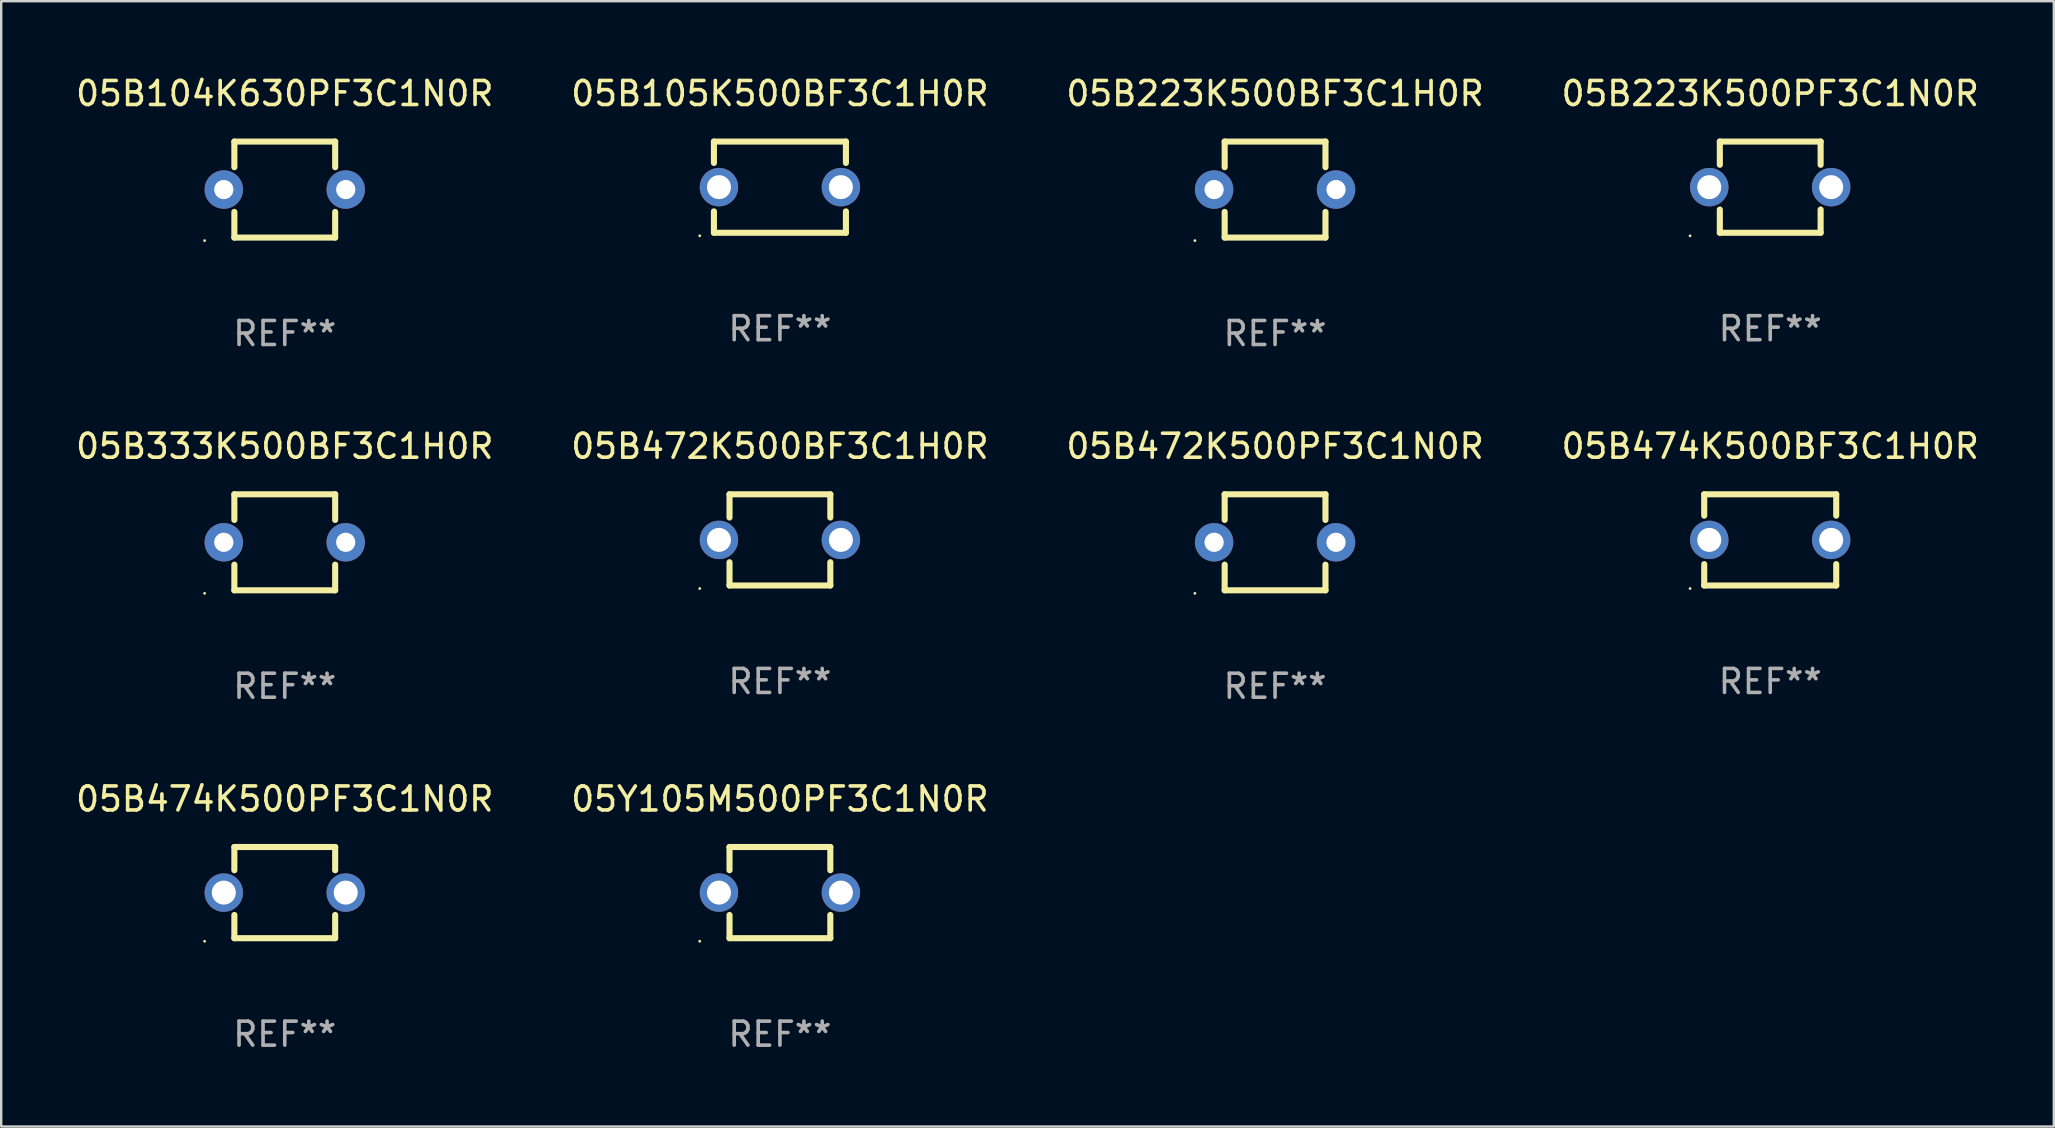
<source format=kicad_pcb>
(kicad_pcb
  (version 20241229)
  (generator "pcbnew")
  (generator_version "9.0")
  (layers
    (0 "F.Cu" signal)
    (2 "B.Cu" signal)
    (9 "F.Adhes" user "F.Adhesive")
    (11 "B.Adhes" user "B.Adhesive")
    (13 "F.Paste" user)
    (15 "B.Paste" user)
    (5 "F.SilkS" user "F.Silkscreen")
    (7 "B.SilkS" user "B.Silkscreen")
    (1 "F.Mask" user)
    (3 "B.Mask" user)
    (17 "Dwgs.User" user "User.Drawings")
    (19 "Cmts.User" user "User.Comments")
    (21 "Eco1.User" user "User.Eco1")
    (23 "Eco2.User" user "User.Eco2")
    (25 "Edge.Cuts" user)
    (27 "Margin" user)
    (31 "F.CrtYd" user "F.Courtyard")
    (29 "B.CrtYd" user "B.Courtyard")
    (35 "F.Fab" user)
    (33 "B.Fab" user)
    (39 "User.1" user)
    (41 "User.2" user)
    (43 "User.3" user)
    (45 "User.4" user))
  (footprint "05B333K500BF3C1H0R"
    (layer "F.Cu")
    (at 8.815 19.545)
    (property "Reference" "05B333K500BF3C1H0R" (at 0 -4 0) (layer "F.SilkS") (effects (font (size 1 1) (thickness 0.15))))
    (attr through_hole)
    (fp_line (start -2.1 -2) (end -2.1 -0.932) (stroke (width 0.254) (type solid)) (layer "F.SilkS"))
    (fp_line (start -2.1 -2) (end 2.1 -2) (stroke (width 0.254) (type solid)) (layer "F.SilkS"))
    (fp_line (start -2.1 0.932) (end -2.1 2) (stroke (width 0.254) (type solid)) (layer "F.SilkS"))
    (fp_line (start -2.1 2) (end 2.1 2) (stroke (width 0.254) (type solid)) (layer "F.SilkS"))
    (fp_line (start 2.1 -2) (end 2.1 -0.932) (stroke (width 0.254) (type solid)) (layer "F.SilkS"))
    (fp_line (start 2.1 0.932) (end 2.1 2) (stroke (width 0.254) (type solid)) (layer "F.SilkS"))
    (fp_circle (center -3.34 2.127) (end -3.31 2.127) (stroke (width 0.06) (type solid)) (fill no) (layer "F.SilkS"))
    (fp_text user "REF**" (at 0 6 0) (layer "F.Fab") (effects (font (size 1 1) (thickness 0.15))))
    (pad "1" thru_hole circle (at -2.54 0) (size 1.6 1.6) (drill 0.8) (layers "*.Cu" "*.Mask"))
    (pad "2" thru_hole circle (at 2.54 0) (size 1.6 1.6) (drill 0.8) (layers "*.Cu" "*.Mask")))
  (footprint "05B105K500BF3C1H0R"
    (layer "F.Cu")
    (at 29.446 4.748)
    (property "Reference" "05B105K500BF3C1H0R" (at 0 -3.9 0) (layer "F.SilkS") (effects (font (size 1 1) (thickness 0.15))))
    (attr through_hole)
    (fp_line (start -2.75 -1.9) (end -2.75 -1.009) (stroke (width 0.254) (type solid)) (layer "F.SilkS"))
    (fp_line (start -2.75 -1.9) (end 2.75 -1.9) (stroke (width 0.254) (type solid)) (layer "F.SilkS"))
    (fp_line (start -2.75 1.009) (end -2.75 1.9) (stroke (width 0.254) (type solid)) (layer "F.SilkS"))
    (fp_line (start -2.75 1.9) (end 2.75 1.9) (stroke (width 0.254) (type solid)) (layer "F.SilkS"))
    (fp_line (start 2.75 -1.9) (end 2.75 -1.009) (stroke (width 0.254) (type solid)) (layer "F.SilkS"))
    (fp_line (start 2.75 1.009) (end 2.75 1.9) (stroke (width 0.254) (type solid)) (layer "F.SilkS"))
    (fp_circle (center -3.34 2.027) (end -3.31 2.027) (stroke (width 0.06) (type solid)) (fill no) (layer "F.SilkS"))
    (fp_text user "REF**" (at 0 5.9 0) (layer "F.Fab") (effects (font (size 1 1) (thickness 0.15))))
    (pad "1" thru_hole circle (at -2.54 0) (size 1.6 1.6) (drill 1) (layers "*.Cu" "*.Mask"))
    (pad "2" thru_hole circle (at 2.54 0) (size 1.6 1.6) (drill 1) (layers "*.Cu" "*.Mask")))
  (footprint "05B223K500PF3C1N0R"
    (layer "F.Cu")
    (at 70.708 4.748)
    (property "Reference" "05B223K500PF3C1N0R" (at 0 -3.9 0) (layer "F.SilkS") (effects (font (size 1 1) (thickness 0.15))))
    (attr through_hole)
    (fp_line (start -2.1 -1.9) (end -2.1 -0.932) (stroke (width 0.254) (type solid)) (layer "F.SilkS"))
    (fp_line (start -2.1 -1.9) (end 2.1 -1.9) (stroke (width 0.254) (type solid)) (layer "F.SilkS"))
    (fp_line (start -2.1 0.932) (end -2.1 1.9) (stroke (width 0.254) (type solid)) (layer "F.SilkS"))
    (fp_line (start -2.1 1.9) (end 2.1 1.9) (stroke (width 0.254) (type solid)) (layer "F.SilkS"))
    (fp_line (start 2.1 -1.9) (end 2.1 -0.932) (stroke (width 0.254) (type solid)) (layer "F.SilkS"))
    (fp_line (start 2.1 0.932) (end 2.1 1.9) (stroke (width 0.254) (type solid)) (layer "F.SilkS"))
    (fp_circle (center -3.34 2.027) (end -3.31 2.027) (stroke (width 0.06) (type solid)) (fill no) (layer "F.SilkS"))
    (fp_text user "REF**" (at 0 5.9 0) (layer "F.Fab") (effects (font (size 1 1) (thickness 0.15))))
    (pad "1" thru_hole circle (at -2.54 0) (size 1.6 1.6) (drill 1) (layers "*.Cu" "*.Mask"))
    (pad "2" thru_hole circle (at 2.54 0) (size 1.6 1.6) (drill 1) (layers "*.Cu" "*.Mask")))
  (footprint "05B472K500PF3C1N0R"
    (layer "F.Cu")
    (at 50.077 19.545)
    (property "Reference" "05B472K500PF3C1N0R" (at 0 -4 0) (layer "F.SilkS") (effects (font (size 1 1) (thickness 0.15))))
    (attr through_hole)
    (fp_line (start -2.1 -2) (end -2.1 -0.932) (stroke (width 0.254) (type solid)) (layer "F.SilkS"))
    (fp_line (start -2.1 -2) (end 2.1 -2) (stroke (width 0.254) (type solid)) (layer "F.SilkS"))
    (fp_line (start -2.1 0.932) (end -2.1 2) (stroke (width 0.254) (type solid)) (layer "F.SilkS"))
    (fp_line (start -2.1 2) (end 2.1 2) (stroke (width 0.254) (type solid)) (layer "F.SilkS"))
    (fp_line (start 2.1 -2) (end 2.1 -0.932) (stroke (width 0.254) (type solid)) (layer "F.SilkS"))
    (fp_line (start 2.1 0.932) (end 2.1 2) (stroke (width 0.254) (type solid)) (layer "F.SilkS"))
    (fp_circle (center -3.34 2.127) (end -3.31 2.127) (stroke (width 0.06) (type solid)) (fill no) (layer "F.SilkS"))
    (fp_text user "REF**" (at 0 6 0) (layer "F.Fab") (effects (font (size 1 1) (thickness 0.15))))
    (pad "1" thru_hole circle (at -2.54 0) (size 1.6 1.6) (drill 0.8) (layers "*.Cu" "*.Mask"))
    (pad "2" thru_hole circle (at 2.54 0) (size 1.6 1.6) (drill 0.8) (layers "*.Cu" "*.Mask")))
  (footprint "05Y105M500PF3C1N0R"
    (layer "F.Cu")
    (at 29.446 34.141)
    (property "Reference" "05Y105M500PF3C1N0R" (at 0 -3.9 0) (layer "F.SilkS") (effects (font (size 1 1) (thickness 0.15))))
    (attr through_hole)
    (fp_line (start -2.1 -1.9) (end -2.1 -0.932) (stroke (width 0.254) (type solid)) (layer "F.SilkS"))
    (fp_line (start -2.1 -1.9) (end 2.1 -1.9) (stroke (width 0.254) (type solid)) (layer "F.SilkS"))
    (fp_line (start -2.1 0.932) (end -2.1 1.9) (stroke (width 0.254) (type solid)) (layer "F.SilkS"))
    (fp_line (start -2.1 1.9) (end 2.1 1.9) (stroke (width 0.254) (type solid)) (layer "F.SilkS"))
    (fp_line (start 2.1 -1.9) (end 2.1 -0.932) (stroke (width 0.254) (type solid)) (layer "F.SilkS"))
    (fp_line (start 2.1 0.932) (end 2.1 1.9) (stroke (width 0.254) (type solid)) (layer "F.SilkS"))
    (fp_circle (center -3.34 2.027) (end -3.31 2.027) (stroke (width 0.06) (type solid)) (fill no) (layer "F.SilkS"))
    (fp_text user "REF**" (at 0 5.9 0) (layer "F.Fab") (effects (font (size 1 1) (thickness 0.15))))
    (pad "1" thru_hole circle (at -2.54 0) (size 1.6 1.6) (drill 1) (layers "*.Cu" "*.Mask"))
    (pad "2" thru_hole circle (at 2.54 0) (size 1.6 1.6) (drill 1) (layers "*.Cu" "*.Mask")))
  (footprint "05B472K500BF3C1H0R"
    (layer "F.Cu")
    (at 29.446 19.445)
    (property "Reference" "05B472K500BF3C1H0R" (at 0 -3.9 0) (layer "F.SilkS") (effects (font (size 1 1) (thickness 0.15))))
    (attr through_hole)
    (fp_line (start -2.1 -1.9) (end -2.1 -0.932) (stroke (width 0.254) (type solid)) (layer "F.SilkS"))
    (fp_line (start -2.1 -1.9) (end 2.1 -1.9) (stroke (width 0.254) (type solid)) (layer "F.SilkS"))
    (fp_line (start -2.1 0.932) (end -2.1 1.9) (stroke (width 0.254) (type solid)) (layer "F.SilkS"))
    (fp_line (start -2.1 1.9) (end 2.1 1.9) (stroke (width 0.254) (type solid)) (layer "F.SilkS"))
    (fp_line (start 2.1 -1.9) (end 2.1 -0.932) (stroke (width 0.254) (type solid)) (layer "F.SilkS"))
    (fp_line (start 2.1 0.932) (end 2.1 1.9) (stroke (width 0.254) (type solid)) (layer "F.SilkS"))
    (fp_circle (center -3.34 2.027) (end -3.31 2.027) (stroke (width 0.06) (type solid)) (fill no) (layer "F.SilkS"))
    (fp_text user "REF**" (at 0 5.9 0) (layer "F.Fab") (effects (font (size 1 1) (thickness 0.15))))
    (pad "1" thru_hole circle (at -2.54 0) (size 1.6 1.6) (drill 1) (layers "*.Cu" "*.Mask"))
    (pad "2" thru_hole circle (at 2.54 0) (size 1.6 1.6) (drill 1) (layers "*.Cu" "*.Mask")))
  (footprint "05B474K500BF3C1H0R"
    (layer "F.Cu")
    (at 70.708 19.445)
    (property "Reference" "05B474K500BF3C1H0R" (at 0 -3.9 0) (layer "F.SilkS") (effects (font (size 1 1) (thickness 0.15))))
    (attr through_hole)
    (fp_line (start -2.75 -1.9) (end -2.75 -1.009) (stroke (width 0.254) (type solid)) (layer "F.SilkS"))
    (fp_line (start -2.75 -1.9) (end 2.75 -1.9) (stroke (width 0.254) (type solid)) (layer "F.SilkS"))
    (fp_line (start -2.75 1.009) (end -2.75 1.9) (stroke (width 0.254) (type solid)) (layer "F.SilkS"))
    (fp_line (start -2.75 1.9) (end 2.75 1.9) (stroke (width 0.254) (type solid)) (layer "F.SilkS"))
    (fp_line (start 2.75 -1.9) (end 2.75 -1.009) (stroke (width 0.254) (type solid)) (layer "F.SilkS"))
    (fp_line (start 2.75 1.009) (end 2.75 1.9) (stroke (width 0.254) (type solid)) (layer "F.SilkS"))
    (fp_circle (center -3.34 2.027) (end -3.31 2.027) (stroke (width 0.06) (type solid)) (fill no) (layer "F.SilkS"))
    (fp_text user "REF**" (at 0 5.9 0) (layer "F.Fab") (effects (font (size 1 1) (thickness 0.15))))
    (pad "1" thru_hole circle (at -2.54 0) (size 1.6 1.6) (drill 1) (layers "*.Cu" "*.Mask"))
    (pad "2" thru_hole circle (at 2.54 0) (size 1.6 1.6) (drill 1) (layers "*.Cu" "*.Mask")))
  (footprint "05B104K630PF3C1N0R"
    (layer "F.Cu")
    (at 8.815 4.848)
    (property "Reference" "05B104K630PF3C1N0R" (at 0 -4 0) (layer "F.SilkS") (effects (font (size 1 1) (thickness 0.15))))
    (attr through_hole)
    (fp_line (start -2.1 -2) (end -2.1 -0.932) (stroke (width 0.254) (type solid)) (layer "F.SilkS"))
    (fp_line (start -2.1 -2) (end 2.1 -2) (stroke (width 0.254) (type solid)) (layer "F.SilkS"))
    (fp_line (start -2.1 0.932) (end -2.1 2) (stroke (width 0.254) (type solid)) (layer "F.SilkS"))
    (fp_line (start -2.1 2) (end 2.1 2) (stroke (width 0.254) (type solid)) (layer "F.SilkS"))
    (fp_line (start 2.1 -2) (end 2.1 -0.932) (stroke (width 0.254) (type solid)) (layer "F.SilkS"))
    (fp_line (start 2.1 0.932) (end 2.1 2) (stroke (width 0.254) (type solid)) (layer "F.SilkS"))
    (fp_circle (center -3.34 2.127) (end -3.31 2.127) (stroke (width 0.06) (type solid)) (fill no) (layer "F.SilkS"))
    (fp_text user "REF**" (at 0 6 0) (layer "F.Fab") (effects (font (size 1 1) (thickness 0.15))))
    (pad "1" thru_hole circle (at -2.54 0) (size 1.6 1.6) (drill 0.8) (layers "*.Cu" "*.Mask"))
    (pad "2" thru_hole circle (at 2.54 0) (size 1.6 1.6) (drill 0.8) (layers "*.Cu" "*.Mask")))
  (footprint "05B474K500PF3C1N0R"
    (layer "F.Cu")
    (at 8.815 34.141)
    (property "Reference" "05B474K500PF3C1N0R" (at 0 -3.9 0) (layer "F.SilkS") (effects (font (size 1 1) (thickness 0.15))))
    (attr through_hole)
    (fp_line (start -2.1 -1.9) (end -2.1 -0.932) (stroke (width 0.254) (type solid)) (layer "F.SilkS"))
    (fp_line (start -2.1 -1.9) (end 2.1 -1.9) (stroke (width 0.254) (type solid)) (layer "F.SilkS"))
    (fp_line (start -2.1 0.932) (end -2.1 1.9) (stroke (width 0.254) (type solid)) (layer "F.SilkS"))
    (fp_line (start -2.1 1.9) (end 2.1 1.9) (stroke (width 0.254) (type solid)) (layer "F.SilkS"))
    (fp_line (start 2.1 -1.9) (end 2.1 -0.932) (stroke (width 0.254) (type solid)) (layer "F.SilkS"))
    (fp_line (start 2.1 0.932) (end 2.1 1.9) (stroke (width 0.254) (type solid)) (layer "F.SilkS"))
    (fp_circle (center -3.34 2.027) (end -3.31 2.027) (stroke (width 0.06) (type solid)) (fill no) (layer "F.SilkS"))
    (fp_text user "REF**" (at 0 5.9 0) (layer "F.Fab") (effects (font (size 1 1) (thickness 0.15))))
    (pad "1" thru_hole circle (at -2.54 0) (size 1.6 1.6) (drill 1) (layers "*.Cu" "*.Mask"))
    (pad "2" thru_hole circle (at 2.54 0) (size 1.6 1.6) (drill 1) (layers "*.Cu" "*.Mask")))
  (footprint "05B223K500BF3C1H0R"
    (layer "F.Cu")
    (at 50.077 4.848)
    (property "Reference" "05B223K500BF3C1H0R" (at 0 -4 0) (layer "F.SilkS") (effects (font (size 1 1) (thickness 0.15))))
    (attr through_hole)
    (fp_line (start -2.1 -2) (end -2.1 -0.932) (stroke (width 0.254) (type solid)) (layer "F.SilkS"))
    (fp_line (start -2.1 -2) (end 2.1 -2) (stroke (width 0.254) (type solid)) (layer "F.SilkS"))
    (fp_line (start -2.1 0.932) (end -2.1 2) (stroke (width 0.254) (type solid)) (layer "F.SilkS"))
    (fp_line (start -2.1 2) (end 2.1 2) (stroke (width 0.254) (type solid)) (layer "F.SilkS"))
    (fp_line (start 2.1 -2) (end 2.1 -0.932) (stroke (width 0.254) (type solid)) (layer "F.SilkS"))
    (fp_line (start 2.1 0.932) (end 2.1 2) (stroke (width 0.254) (type solid)) (layer "F.SilkS"))
    (fp_circle (center -3.34 2.127) (end -3.31 2.127) (stroke (width 0.06) (type solid)) (fill no) (layer "F.SilkS"))
    (fp_text user "REF**" (at 0 6 0) (layer "F.Fab") (effects (font (size 1 1) (thickness 0.15))))
    (pad "1" thru_hole circle (at -2.54 0) (size 1.6 1.6) (drill 0.8) (layers "*.Cu" "*.Mask"))
    (pad "2" thru_hole circle (at 2.54 0) (size 1.6 1.6) (drill 0.8) (layers "*.Cu" "*.Mask")))
  (gr_rect
    (start -3 -3)
    (end 82.524 43.889)
    (stroke (width 0.1) (type default))
    (fill no)
    (layer "Edge.Cuts")))
</source>
